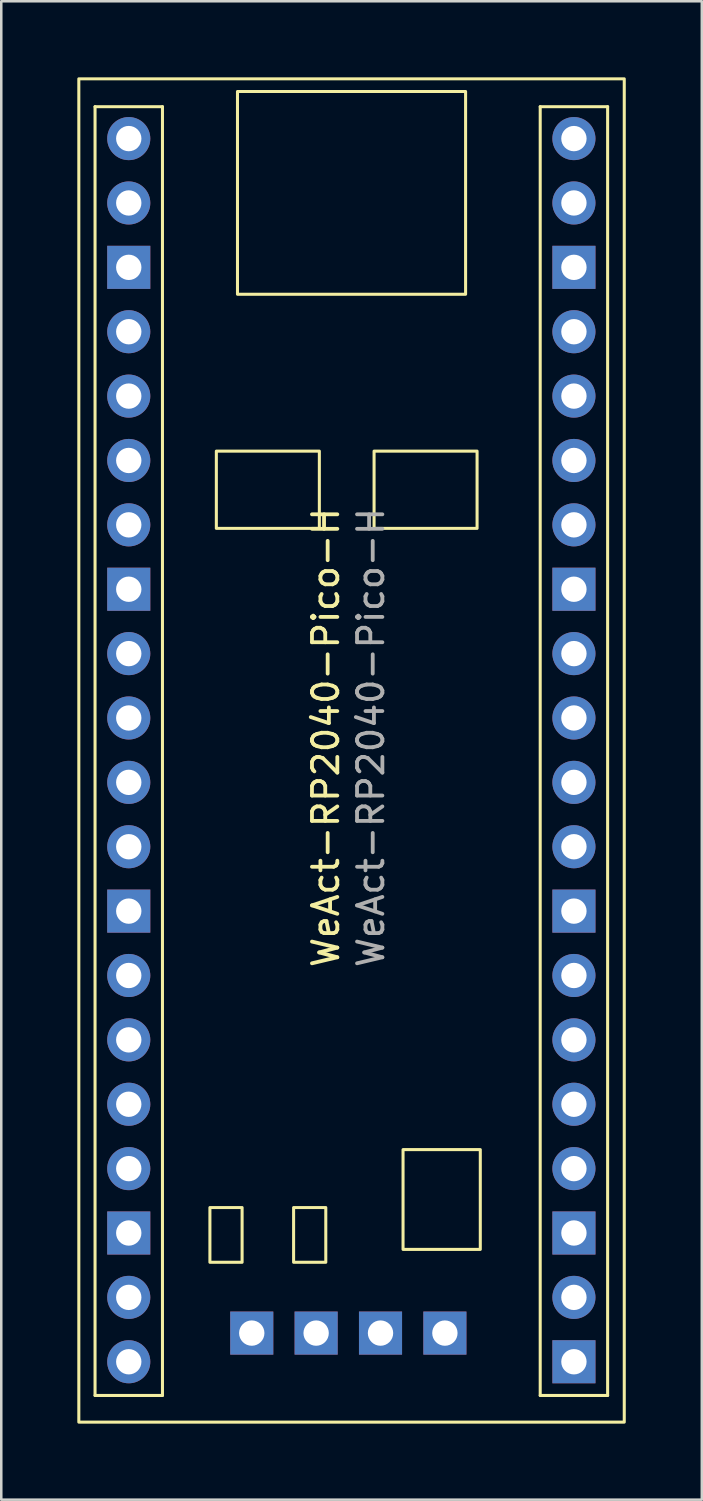
<source format=kicad_pcb>
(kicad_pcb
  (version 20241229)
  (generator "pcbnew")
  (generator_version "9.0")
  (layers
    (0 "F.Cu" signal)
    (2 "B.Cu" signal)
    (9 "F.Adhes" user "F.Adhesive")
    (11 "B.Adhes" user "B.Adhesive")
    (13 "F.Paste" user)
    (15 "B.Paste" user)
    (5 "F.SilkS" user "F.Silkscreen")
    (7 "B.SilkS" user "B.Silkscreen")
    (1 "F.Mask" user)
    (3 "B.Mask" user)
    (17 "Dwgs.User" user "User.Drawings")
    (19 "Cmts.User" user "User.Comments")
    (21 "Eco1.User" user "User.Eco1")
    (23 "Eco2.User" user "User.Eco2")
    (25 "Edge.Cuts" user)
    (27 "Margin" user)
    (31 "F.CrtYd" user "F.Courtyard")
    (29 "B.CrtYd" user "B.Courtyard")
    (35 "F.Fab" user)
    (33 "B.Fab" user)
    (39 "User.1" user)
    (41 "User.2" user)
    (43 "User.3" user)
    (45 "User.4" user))
  (footprint "WeAct-RP2040-Pico-H"
    (layer "F.Cu")
    (at 10.82 26.56)
    (property "Reference" "WeAct-RP2040-Pico-H" (at -1.016 -0.508 90) (unlocked yes) (layer "F.SilkS") (effects (font (size 1 1) (thickness 0.15))))
    (attr through_hole)
    (fp_line (start -10.12 -25.4) (end -10.12 25.448) (stroke (width 0.12) (type solid)) (layer "F.SilkS"))
    (fp_line (start -10.12 -25.4) (end -7.46 -25.4) (stroke (width 0.12) (type solid)) (layer "F.SilkS"))
    (fp_line (start -10.12 25.448) (end -7.46 25.448) (stroke (width 0.12) (type solid)) (layer "F.SilkS"))
    (fp_line (start -7.46 -25.4) (end -7.46 25.448) (stroke (width 0.12) (type solid)) (layer "F.SilkS"))
    (fp_line (start 7.444 -25.4) (end 7.444 25.448) (stroke (width 0.12) (type solid)) (layer "F.SilkS"))
    (fp_line (start 7.444 -25.4) (end 10.104 -25.4) (stroke (width 0.12) (type solid)) (layer "F.SilkS"))
    (fp_line (start 7.444 25.448) (end 10.104 25.448) (stroke (width 0.12) (type solid)) (layer "F.SilkS"))
    (fp_line (start 10.104 -25.4) (end 10.104 25.448) (stroke (width 0.12) (type solid)) (layer "F.SilkS"))
    (fp_rect (start -10.76 -26.5) (end 10.76 26.5) (stroke (width 0.12) (type solid)) (fill no) (layer "F.SilkS"))
    (fp_rect (start -5.588 20.193) (end -4.318 18.034) (stroke (width 0.12) (type solid)) (fill no) (layer "F.SilkS"))
    (fp_rect (start -4.5 -26) (end 4.5 -18) (stroke (width 0.12) (type solid)) (fill no) (layer "F.SilkS"))
    (fp_rect (start -2.286 20.193) (end -1.016 18.034) (stroke (width 0.12) (type solid)) (fill no) (layer "F.SilkS"))
    (fp_rect (start -1.27 -11.811) (end -5.334 -8.763) (stroke (width 0.12) (type solid)) (fill no) (layer "F.SilkS"))
    (fp_rect (start 4.953 -11.811) (end 0.889 -8.763) (stroke (width 0.12) (type solid)) (fill no) (layer "F.SilkS"))
    (fp_rect (start 5.08 19.685) (end 2.032 15.748) (stroke (width 0.12) (type solid)) (fill no) (layer "F.SilkS"))
    (fp_text user "${REFERENCE}" (at 0.762 -0.508 90) (unlocked yes) (layer "F.Fab") (effects (font (size 1 1) (thickness 0.15))))
    (pad "1" thru_hole circle (at -8.79 -24.142) (size 1.7 1.7) (drill 1) (layers "*.Cu" "*.Mask"))
    (pad "2" thru_hole oval (at -8.79 -21.602) (size 1.7 1.7) (drill 1) (layers "*.Cu" "*.Mask"))
    (pad "3" thru_hole rect (at -8.79 -19.062) (size 1.7 1.7) (drill 1) (layers "*.Cu" "*.Mask"))
    (pad "4" thru_hole oval (at -8.79 -16.522) (size 1.7 1.7) (drill 1) (layers "*.Cu" "*.Mask"))
    (pad "5" thru_hole oval (at -8.79 -13.982) (size 1.7 1.7) (drill 1) (layers "*.Cu" "*.Mask"))
    (pad "6" thru_hole oval (at -8.79 -11.442) (size 1.7 1.7) (drill 1) (layers "*.Cu" "*.Mask"))
    (pad "7" thru_hole oval (at -8.79 -8.902) (size 1.7 1.7) (drill 1) (layers "*.Cu" "*.Mask"))
    (pad "8" thru_hole rect (at -8.79 -6.362) (size 1.7 1.7) (drill 1) (layers "*.Cu" "*.Mask"))
    (pad "9" thru_hole oval (at -8.79 -3.822) (size 1.7 1.7) (drill 1) (layers "*.Cu" "*.Mask"))
    (pad "10" thru_hole oval (at -8.79 -1.282) (size 1.7 1.7) (drill 1) (layers "*.Cu" "*.Mask"))
    (pad "11" thru_hole oval (at -8.79 1.258) (size 1.7 1.7) (drill 1) (layers "*.Cu" "*.Mask"))
    (pad "12" thru_hole oval (at -8.79 3.798) (size 1.7 1.7) (drill 1) (layers "*.Cu" "*.Mask"))
    (pad "13" thru_hole rect (at -8.79 6.338) (size 1.7 1.7) (drill 1) (layers "*.Cu" "*.Mask"))
    (pad "14" thru_hole oval (at -8.79 8.878) (size 1.7 1.7) (drill 1) (layers "*.Cu" "*.Mask"))
    (pad "15" thru_hole oval (at -8.79 11.418) (size 1.7 1.7) (drill 1) (layers "*.Cu" "*.Mask"))
    (pad "16" thru_hole oval (at -8.79 13.958) (size 1.7 1.7) (drill 1) (layers "*.Cu" "*.Mask"))
    (pad "17" thru_hole oval (at -8.79 16.498) (size 1.7 1.7) (drill 1) (layers "*.Cu" "*.Mask"))
    (pad "18" thru_hole rect (at -8.79 19.038) (size 1.7 1.7) (drill 1) (layers "*.Cu" "*.Mask"))
    (pad "19" thru_hole oval (at -8.79 21.578) (size 1.7 1.7) (drill 1) (layers "*.Cu" "*.Mask"))
    (pad "20" thru_hole oval (at -8.79 24.118) (size 1.7 1.7) (drill 1) (layers "*.Cu" "*.Mask"))
    (pad "21" thru_hole rect (at 8.774 24.118) (size 1.7 1.7) (drill 1) (layers "*.Cu" "*.Mask"))
    (pad "22" thru_hole oval (at 8.774 21.578) (size 1.7 1.7) (drill 1) (layers "*.Cu" "*.Mask"))
    (pad "23" thru_hole rect (at 8.774 19.038) (size 1.7 1.7) (drill 1) (layers "*.Cu" "*.Mask"))
    (pad "24" thru_hole oval (at 8.774 16.498) (size 1.7 1.7) (drill 1) (layers "*.Cu" "*.Mask"))
    (pad "25" thru_hole oval (at 8.774 13.958) (size 1.7 1.7) (drill 1) (layers "*.Cu" "*.Mask"))
    (pad "26" thru_hole oval (at 8.774 11.418) (size 1.7 1.7) (drill 1) (layers "*.Cu" "*.Mask"))
    (pad "27" thru_hole oval (at 8.774 8.878) (size 1.7 1.7) (drill 1) (layers "*.Cu" "*.Mask"))
    (pad "28" thru_hole rect (at 8.774 6.338) (size 1.7 1.7) (drill 1) (layers "*.Cu" "*.Mask"))
    (pad "29" thru_hole oval (at 8.774 3.798) (size 1.7 1.7) (drill 1) (layers "*.Cu" "*.Mask"))
    (pad "30" thru_hole oval (at 8.774 1.258) (size 1.7 1.7) (drill 1) (layers "*.Cu" "*.Mask"))
    (pad "31" thru_hole oval (at 8.774 -1.282) (size 1.7 1.7) (drill 1) (layers "*.Cu" "*.Mask"))
    (pad "32" thru_hole oval (at 8.774 -3.822) (size 1.7 1.7) (drill 1) (layers "*.Cu" "*.Mask"))
    (pad "33" thru_hole rect (at 8.774 -6.362) (size 1.7 1.7) (drill 1) (layers "*.Cu" "*.Mask"))
    (pad "34" thru_hole oval (at 8.774 -8.902) (size 1.7 1.7) (drill 1) (layers "*.Cu" "*.Mask"))
    (pad "35" thru_hole oval (at 8.774 -11.442) (size 1.7 1.7) (drill 1) (layers "*.Cu" "*.Mask"))
    (pad "36" thru_hole oval (at 8.774 -13.982) (size 1.7 1.7) (drill 1) (layers "*.Cu" "*.Mask"))
    (pad "37" thru_hole oval (at 8.774 -16.522) (size 1.7 1.7) (drill 1) (layers "*.Cu" "*.Mask"))
    (pad "38" thru_hole rect (at 8.774 -19.062) (size 1.7 1.7) (drill 1) (layers "*.Cu" "*.Mask"))
    (pad "39" thru_hole oval (at 8.774 -21.602) (size 1.7 1.7) (drill 1) (layers "*.Cu" "*.Mask"))
    (pad "40" thru_hole circle (at 8.774 -24.142) (size 1.7 1.7) (drill 1) (layers "*.Cu" "*.Mask"))
    (pad "41" thru_hole rect (at -3.937 22.987 90) (size 1.7 1.7) (drill 1) (layers "*.Cu" "*.Mask"))
    (pad "42" thru_hole rect (at -1.397 22.987 90) (size 1.7 1.7) (drill 1) (layers "*.Cu" "*.Mask"))
    (pad "43" thru_hole rect (at 1.143 22.987 90) (size 1.7 1.7) (drill 1) (layers "*.Cu" "*.Mask"))
    (pad "44" thru_hole rect (at 3.683 22.987 90) (size 1.7 1.7) (drill 1) (layers "*.Cu" "*.Mask")))
  (gr_rect
    (start -3 -3)
    (end 24.64 56.12)
    (stroke (width 0.1) (type default))
    (fill no)
    (layer "Edge.Cuts")))
</source>
